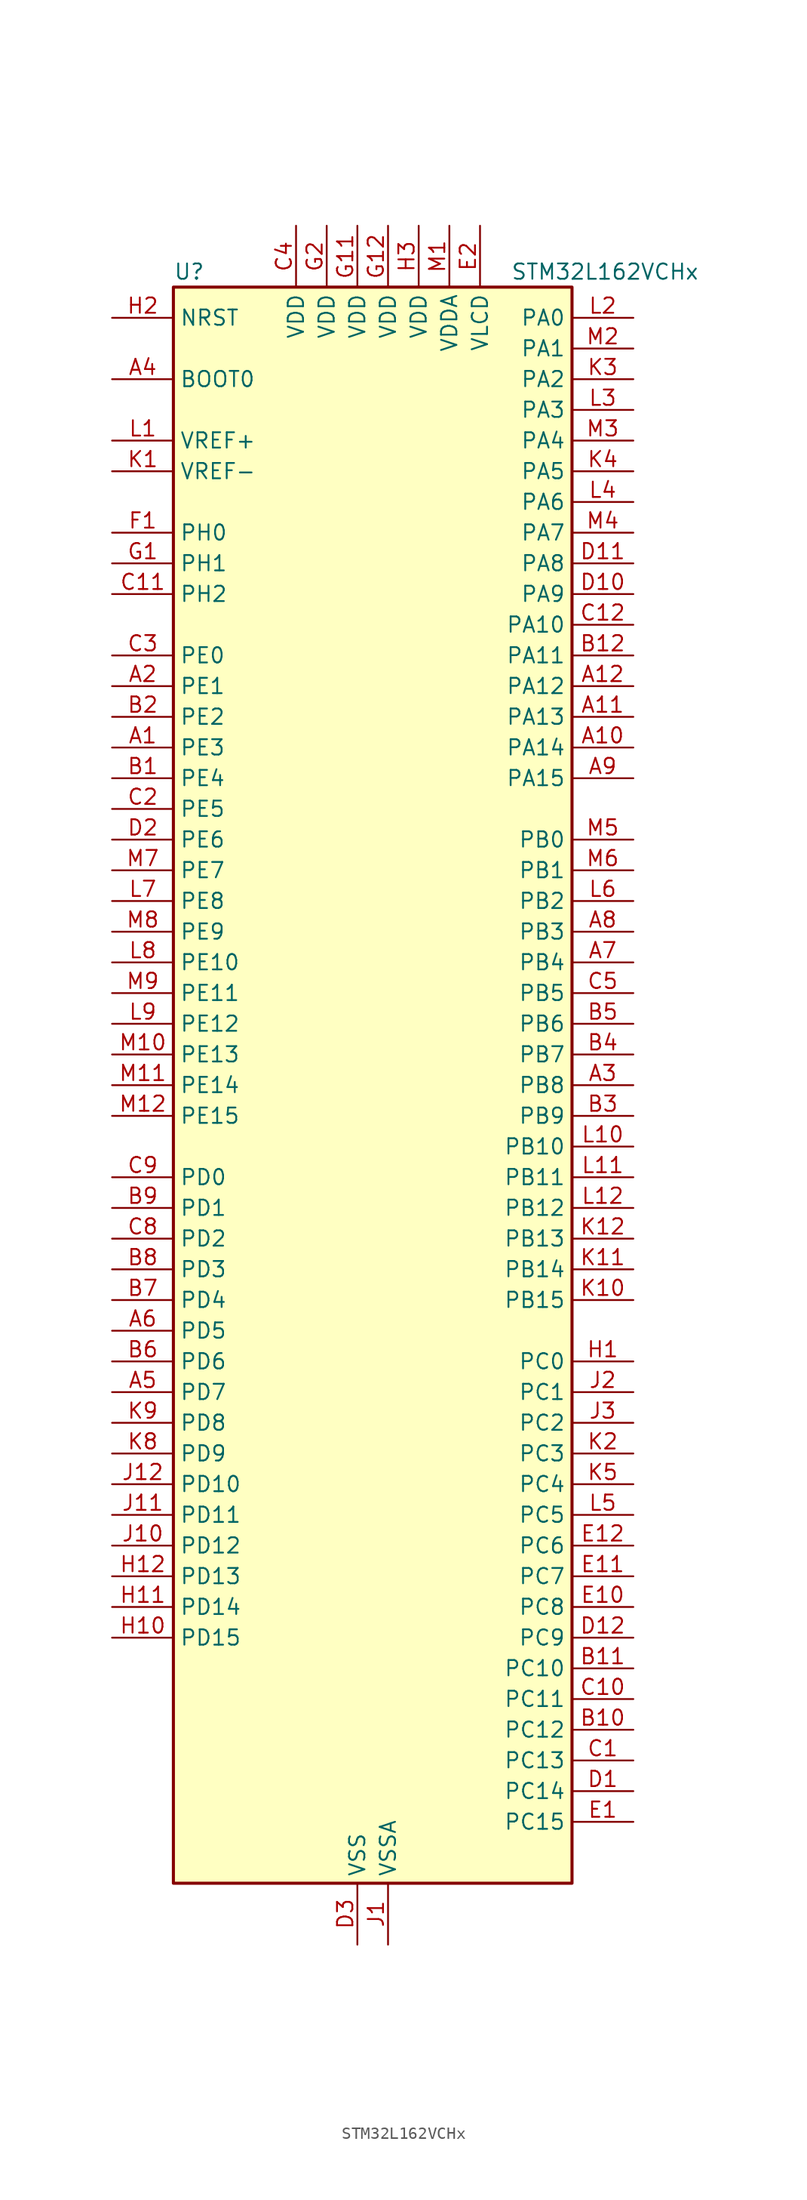
<source format=kicad_sym>
(kicad_symbol_lib
  (version 20231120)
  (generator "kicad_symbol_editor")
  (generator_version "8.0")
  (symbol "STM32L162VCHx"
    (property "Reference" "U"
      (at -15.24 67.31 0)
      (effects (font (size 1.27 1.27)) (justify left)))
    (property "Value" "STM32L162VCHx"
      (at 12.7 67.31 0)
      (effects (font (size 1.27 1.27)) (justify left)))
    (property "ki_locked" ""
      (at 0 0 0)
      (effects (font (size 1.27 1.27))))
    (symbol "STM32L162VCHx_0_1"
      (rectangle (start -15.24 -66.04) (end 17.78 66.04) (stroke (width 0.254) (type default)) (fill (type background))))
    (symbol "STM32L162VCHx_1_1"
      (pin bidirectional line (at -20.32 27.94 0) (length 5.08) (name "PE3" (effects (font (size 1.27 1.27)))) (number "A1" (effects (font (size 1.27 1.27)))) (alternate "LCD_SEG39" bidirectional line) (alternate "SYS_TRACED0" bidirectional line) (alternate "TIM3_CH1" bidirectional line) (alternate "TIMX_IC4" bidirectional line))
      (pin bidirectional line (at 22.86 27.94 180) (length 5.08) (name "PA14" (effects (font (size 1.27 1.27)))) (number "A10" (effects (font (size 1.27 1.27)))) (alternate "SYS_JTCK-SWCLK" bidirectional line) (alternate "TIMX_IC3" bidirectional line) (alternate "TS_G5_IO2" bidirectional line))
      (pin bidirectional line (at 22.86 30.48 180) (length 5.08) (name "PA13" (effects (font (size 1.27 1.27)))) (number "A11" (effects (font (size 1.27 1.27)))) (alternate "SYS_JTMS-SWDIO" bidirectional line) (alternate "TIMX_IC2" bidirectional line) (alternate "TS_G5_IO1" bidirectional line))
      (pin bidirectional line (at 22.86 33.02 180) (length 5.08) (name "PA12" (effects (font (size 1.27 1.27)))) (number "A12" (effects (font (size 1.27 1.27)))) (alternate "SPI1_MOSI" bidirectional line) (alternate "TIMX_IC1" bidirectional line) (alternate "USART1_RTS" bidirectional line) (alternate "USB_DP" bidirectional line))
      (pin bidirectional line (at -20.32 33.02 0) (length 5.08) (name "PE1" (effects (font (size 1.27 1.27)))) (number "A2" (effects (font (size 1.27 1.27)))) (alternate "LCD_SEG37" bidirectional line) (alternate "TIM11_CH1" bidirectional line) (alternate "TIMX_IC2" bidirectional line))
      (pin bidirectional line (at 22.86 0 180) (length 5.08) (name "PB8" (effects (font (size 1.27 1.27)))) (number "A3" (effects (font (size 1.27 1.27)))) (alternate "I2C1_SCL" bidirectional line) (alternate "LCD_SEG16" bidirectional line) (alternate "TIM10_CH1" bidirectional line) (alternate "TIM4_CH3" bidirectional line))
      (pin input line (at -20.32 58.42 0) (length 5.08) (name "BOOT0" (effects (font (size 1.27 1.27)))) (number "A4" (effects (font (size 1.27 1.27)))))
      (pin bidirectional line (at -20.32 -25.4 0) (length 5.08) (name "PD7" (effects (font (size 1.27 1.27)))) (number "A5" (effects (font (size 1.27 1.27)))) (alternate "TIM9_CH2" bidirectional line) (alternate "TIMX_IC4" bidirectional line) (alternate "USART2_CK" bidirectional line))
      (pin bidirectional line (at -20.32 -20.32 0) (length 5.08) (name "PD5" (effects (font (size 1.27 1.27)))) (number "A6" (effects (font (size 1.27 1.27)))) (alternate "TIMX_IC2" bidirectional line) (alternate "USART2_TX" bidirectional line))
      (pin bidirectional line (at 22.86 10.16 180) (length 5.08) (name "PB4" (effects (font (size 1.27 1.27)))) (number "A7" (effects (font (size 1.27 1.27)))) (alternate "COMP2_INP" bidirectional line) (alternate "LCD_SEG8" bidirectional line) (alternate "SPI1_MISO" bidirectional line) (alternate "SPI3_MISO" bidirectional line) (alternate "SYS_JTRST" bidirectional line) (alternate "TIM3_CH1" bidirectional line) (alternate "TS_G6_IO1" bidirectional line))
      (pin bidirectional line (at 22.86 12.7 180) (length 5.08) (name "PB3" (effects (font (size 1.27 1.27)))) (number "A8" (effects (font (size 1.27 1.27)))) (alternate "COMP2_INM" bidirectional line) (alternate "I2S3_CK" bidirectional line) (alternate "LCD_SEG7" bidirectional line) (alternate "SPI1_SCK" bidirectional line) (alternate "SPI3_SCK" bidirectional line) (alternate "SYS_JTDO-TRACESWO" bidirectional line) (alternate "TIM2_CH2" bidirectional line))
      (pin bidirectional line (at 22.86 25.4 180) (length 5.08) (name "PA15" (effects (font (size 1.27 1.27)))) (number "A9" (effects (font (size 1.27 1.27)))) (alternate "ADC_EXTI15" bidirectional line) (alternate "I2S3_WS" bidirectional line) (alternate "LCD_SEG17" bidirectional line) (alternate "SPI1_NSS" bidirectional line) (alternate "SPI3_NSS" bidirectional line) (alternate "SYS_JTDI" bidirectional line) (alternate "TIM2_CH1" bidirectional line) (alternate "TIM2_ETR" bidirectional line) (alternate "TIMX_IC4" bidirectional line) (alternate "TS_G5_IO3" bidirectional line))
      (pin bidirectional line (at -20.32 25.4 0) (length 5.08) (name "PE4" (effects (font (size 1.27 1.27)))) (number "B1" (effects (font (size 1.27 1.27)))) (alternate "SYS_TRACED1" bidirectional line) (alternate "TIM3_CH2" bidirectional line) (alternate "TIMX_IC1" bidirectional line))
      (pin bidirectional line (at 22.86 -53.34 180) (length 5.08) (name "PC12" (effects (font (size 1.27 1.27)))) (number "B10" (effects (font (size 1.27 1.27)))) (alternate "I2S3_SD" bidirectional line) (alternate "LCD_COM6" bidirectional line) (alternate "LCD_SEG30" bidirectional line) (alternate "LCD_SEG42" bidirectional line) (alternate "SPI3_MOSI" bidirectional line) (alternate "TIMX_IC1" bidirectional line) (alternate "USART3_CK" bidirectional line))
      (pin bidirectional line (at 22.86 -48.26 180) (length 5.08) (name "PC10" (effects (font (size 1.27 1.27)))) (number "B11" (effects (font (size 1.27 1.27)))) (alternate "I2S3_CK" bidirectional line) (alternate "LCD_COM4" bidirectional line) (alternate "LCD_SEG28" bidirectional line) (alternate "LCD_SEG40" bidirectional line) (alternate "SPI3_SCK" bidirectional line) (alternate "TIMX_IC3" bidirectional line) (alternate "USART3_TX" bidirectional line))
      (pin bidirectional line (at 22.86 35.56 180) (length 5.08) (name "PA11" (effects (font (size 1.27 1.27)))) (number "B12" (effects (font (size 1.27 1.27)))) (alternate "ADC_EXTI11" bidirectional line) (alternate "SPI1_MISO" bidirectional line) (alternate "TIMX_IC4" bidirectional line) (alternate "USART1_CTS" bidirectional line) (alternate "USB_DM" bidirectional line))
      (pin bidirectional line (at -20.32 30.48 0) (length 5.08) (name "PE2" (effects (font (size 1.27 1.27)))) (number "B2" (effects (font (size 1.27 1.27)))) (alternate "LCD_SEG38" bidirectional line) (alternate "SYS_TRACECK" bidirectional line) (alternate "TIM3_ETR" bidirectional line) (alternate "TIMX_IC3" bidirectional line))
      (pin bidirectional line (at 22.86 -2.54 180) (length 5.08) (name "PB9" (effects (font (size 1.27 1.27)))) (number "B3" (effects (font (size 1.27 1.27)))) (alternate "DAC_EXTI9" bidirectional line) (alternate "I2C1_SDA" bidirectional line) (alternate "LCD_COM3" bidirectional line) (alternate "TIM11_CH1" bidirectional line) (alternate "TIM4_CH4" bidirectional line))
      (pin bidirectional line (at 22.86 2.54 180) (length 5.08) (name "PB7" (effects (font (size 1.27 1.27)))) (number "B4" (effects (font (size 1.27 1.27)))) (alternate "COMP2_INP" bidirectional line) (alternate "I2C1_SDA" bidirectional line) (alternate "SYS_PVD_IN" bidirectional line) (alternate "TIM4_CH2" bidirectional line) (alternate "TS_G6_IO4" bidirectional line) (alternate "USART1_RX" bidirectional line))
      (pin bidirectional line (at 22.86 5.08 180) (length 5.08) (name "PB6" (effects (font (size 1.27 1.27)))) (number "B5" (effects (font (size 1.27 1.27)))) (alternate "COMP2_INP" bidirectional line) (alternate "I2C1_SCL" bidirectional line) (alternate "TIM4_CH1" bidirectional line) (alternate "TS_G6_IO3" bidirectional line) (alternate "USART1_TX" bidirectional line))
      (pin bidirectional line (at -20.32 -22.86 0) (length 5.08) (name "PD6" (effects (font (size 1.27 1.27)))) (number "B6" (effects (font (size 1.27 1.27)))) (alternate "TIMX_IC3" bidirectional line) (alternate "USART2_RX" bidirectional line))
      (pin bidirectional line (at -20.32 -17.78 0) (length 5.08) (name "PD4" (effects (font (size 1.27 1.27)))) (number "B7" (effects (font (size 1.27 1.27)))) (alternate "I2S2_SD" bidirectional line) (alternate "SPI2_MOSI" bidirectional line) (alternate "TIMX_IC1" bidirectional line) (alternate "USART2_RTS" bidirectional line))
      (pin bidirectional line (at -20.32 -15.24 0) (length 5.08) (name "PD3" (effects (font (size 1.27 1.27)))) (number "B8" (effects (font (size 1.27 1.27)))) (alternate "SPI2_MISO" bidirectional line) (alternate "TIMX_IC4" bidirectional line) (alternate "USART2_CTS" bidirectional line))
      (pin bidirectional line (at -20.32 -10.16 0) (length 5.08) (name "PD1" (effects (font (size 1.27 1.27)))) (number "B9" (effects (font (size 1.27 1.27)))) (alternate "I2S2_CK" bidirectional line) (alternate "SPI2_SCK" bidirectional line) (alternate "TIMX_IC2" bidirectional line))
      (pin bidirectional line (at 22.86 -55.88 180) (length 5.08) (name "PC13" (effects (font (size 1.27 1.27)))) (number "C1" (effects (font (size 1.27 1.27)))) (alternate "RTC_OUT_ALARM" bidirectional line) (alternate "RTC_OUT_CALIB" bidirectional line) (alternate "RTC_TAMP1" bidirectional line) (alternate "RTC_TS" bidirectional line) (alternate "SYS_WKUP2" bidirectional line) (alternate "TIMX_IC2" bidirectional line))
      (pin bidirectional line (at 22.86 -50.8 180) (length 5.08) (name "PC11" (effects (font (size 1.27 1.27)))) (number "C10" (effects (font (size 1.27 1.27)))) (alternate "ADC_EXTI11" bidirectional line) (alternate "LCD_COM5" bidirectional line) (alternate "LCD_SEG29" bidirectional line) (alternate "LCD_SEG41" bidirectional line) (alternate "SPI3_MISO" bidirectional line) (alternate "TIMX_IC4" bidirectional line) (alternate "USART3_RX" bidirectional line))
      (pin bidirectional line (at -20.32 40.64 0) (length 5.08) (name "PH2" (effects (font (size 1.27 1.27)))) (number "C11" (effects (font (size 1.27 1.27)))))
      (pin bidirectional line (at 22.86 38.1 180) (length 5.08) (name "PA10" (effects (font (size 1.27 1.27)))) (number "C12" (effects (font (size 1.27 1.27)))) (alternate "LCD_COM2" bidirectional line) (alternate "TIMX_IC3" bidirectional line) (alternate "TS_G4_IO3" bidirectional line) (alternate "USART1_RX" bidirectional line))
      (pin bidirectional line (at -20.32 22.86 0) (length 5.08) (name "PE5" (effects (font (size 1.27 1.27)))) (number "C2" (effects (font (size 1.27 1.27)))) (alternate "SYS_TRACED2" bidirectional line) (alternate "TIM9_CH1" bidirectional line) (alternate "TIMX_IC2" bidirectional line))
      (pin bidirectional line (at -20.32 35.56 0) (length 5.08) (name "PE0" (effects (font (size 1.27 1.27)))) (number "C3" (effects (font (size 1.27 1.27)))) (alternate "LCD_SEG36" bidirectional line) (alternate "TIM10_CH1" bidirectional line) (alternate "TIM4_ETR" bidirectional line) (alternate "TIMX_IC1" bidirectional line))
      (pin power_in line (at -5.08 71.12 270) (length 5.08) (name "VDD" (effects (font (size 1.27 1.27)))) (number "C4" (effects (font (size 1.27 1.27)))))
      (pin bidirectional line (at 22.86 7.62 180) (length 5.08) (name "PB5" (effects (font (size 1.27 1.27)))) (number "C5" (effects (font (size 1.27 1.27)))) (alternate "COMP2_INP" bidirectional line) (alternate "I2C1_SMBA" bidirectional line) (alternate "I2S3_SD" bidirectional line) (alternate "LCD_SEG9" bidirectional line) (alternate "SPI1_MOSI" bidirectional line) (alternate "SPI3_MOSI" bidirectional line) (alternate "TIM3_CH2" bidirectional line) (alternate "TS_G6_IO2" bidirectional line))
      (pin bidirectional line (at -20.32 -12.7 0) (length 5.08) (name "PD2" (effects (font (size 1.27 1.27)))) (number "C8" (effects (font (size 1.27 1.27)))) (alternate "LCD_COM7" bidirectional line) (alternate "LCD_SEG31" bidirectional line) (alternate "LCD_SEG43" bidirectional line) (alternate "TIM3_ETR" bidirectional line) (alternate "TIMX_IC3" bidirectional line))
      (pin bidirectional line (at -20.32 -7.62 0) (length 5.08) (name "PD0" (effects (font (size 1.27 1.27)))) (number "C9" (effects (font (size 1.27 1.27)))) (alternate "I2S2_WS" bidirectional line) (alternate "SPI2_NSS" bidirectional line) (alternate "TIM9_CH1" bidirectional line) (alternate "TIMX_IC1" bidirectional line))
      (pin bidirectional line (at 22.86 -58.42 180) (length 5.08) (name "PC14" (effects (font (size 1.27 1.27)))) (number "D1" (effects (font (size 1.27 1.27)))) (alternate "RCC_OSC32_IN" bidirectional line) (alternate "TIMX_IC3" bidirectional line))
      (pin bidirectional line (at 22.86 40.64 180) (length 5.08) (name "PA9" (effects (font (size 1.27 1.27)))) (number "D10" (effects (font (size 1.27 1.27)))) (alternate "DAC_EXTI9" bidirectional line) (alternate "LCD_COM1" bidirectional line) (alternate "TIMX_IC2" bidirectional line) (alternate "TS_G4_IO2" bidirectional line) (alternate "USART1_TX" bidirectional line))
      (pin bidirectional line (at 22.86 43.18 180) (length 5.08) (name "PA8" (effects (font (size 1.27 1.27)))) (number "D11" (effects (font (size 1.27 1.27)))) (alternate "LCD_COM0" bidirectional line) (alternate "RCC_MCO" bidirectional line) (alternate "TIMX_IC1" bidirectional line) (alternate "TS_G4_IO1" bidirectional line) (alternate "USART1_CK" bidirectional line))
      (pin bidirectional line (at 22.86 -45.72 180) (length 5.08) (name "PC9" (effects (font (size 1.27 1.27)))) (number "D12" (effects (font (size 1.27 1.27)))) (alternate "DAC_EXTI9" bidirectional line) (alternate "LCD_SEG27" bidirectional line) (alternate "TIM3_CH4" bidirectional line) (alternate "TIMX_IC2" bidirectional line) (alternate "TS_G10_IO4" bidirectional line))
      (pin bidirectional line (at -20.32 20.32 0) (length 5.08) (name "PE6" (effects (font (size 1.27 1.27)))) (number "D2" (effects (font (size 1.27 1.27)))) (alternate "RTC_TAMP3" bidirectional line) (alternate "SYS_TRACED3" bidirectional line) (alternate "SYS_WKUP3" bidirectional line) (alternate "TIM9_CH2" bidirectional line) (alternate "TIMX_IC3" bidirectional line))
      (pin power_in line (at 0 -71.12 90) (length 5.08) (name "VSS" (effects (font (size 1.27 1.27)))) (number "D3" (effects (font (size 1.27 1.27)))))
      (pin bidirectional line (at 22.86 -60.96 180) (length 5.08) (name "PC15" (effects (font (size 1.27 1.27)))) (number "E1" (effects (font (size 1.27 1.27)))) (alternate "ADC_EXTI15" bidirectional line) (alternate "RCC_OSC32_OUT" bidirectional line) (alternate "TIMX_IC4" bidirectional line))
      (pin bidirectional line (at 22.86 -43.18 180) (length 5.08) (name "PC8" (effects (font (size 1.27 1.27)))) (number "E10" (effects (font (size 1.27 1.27)))) (alternate "LCD_SEG26" bidirectional line) (alternate "TIM3_CH3" bidirectional line) (alternate "TIMX_IC1" bidirectional line) (alternate "TS_G10_IO3" bidirectional line))
      (pin bidirectional line (at 22.86 -40.64 180) (length 5.08) (name "PC7" (effects (font (size 1.27 1.27)))) (number "E11" (effects (font (size 1.27 1.27)))) (alternate "I2S3_MCK" bidirectional line) (alternate "LCD_SEG25" bidirectional line) (alternate "TIM3_CH2" bidirectional line) (alternate "TIMX_IC4" bidirectional line) (alternate "TS_G10_IO2" bidirectional line))
      (pin bidirectional line (at 22.86 -38.1 180) (length 5.08) (name "PC6" (effects (font (size 1.27 1.27)))) (number "E12" (effects (font (size 1.27 1.27)))) (alternate "I2S2_MCK" bidirectional line) (alternate "LCD_SEG24" bidirectional line) (alternate "TIM3_CH1" bidirectional line) (alternate "TIMX_IC3" bidirectional line) (alternate "TS_G10_IO1" bidirectional line))
      (pin power_in line (at 10.16 71.12 270) (length 5.08) (name "VLCD" (effects (font (size 1.27 1.27)))) (number "E2" (effects (font (size 1.27 1.27)))))
      (pin passive line (at 0 -71.12 90) (length 5.08) hide (name "VSS" (effects (font (size 1.27 1.27)))) (number "E3" (effects (font (size 1.27 1.27)))))
      (pin bidirectional line (at -20.32 45.72 0) (length 5.08) (name "PH0" (effects (font (size 1.27 1.27)))) (number "F1" (effects (font (size 1.27 1.27)))) (alternate "RCC_OSC_IN" bidirectional line))
      (pin passive line (at 0 -71.12 90) (length 5.08) hide (name "VSS" (effects (font (size 1.27 1.27)))) (number "F11" (effects (font (size 1.27 1.27)))))
      (pin passive line (at 0 -71.12 90) (length 5.08) hide (name "VSS" (effects (font (size 1.27 1.27)))) (number "F12" (effects (font (size 1.27 1.27)))))
      (pin passive line (at 0 -71.12 90) (length 5.08) hide (name "VSS" (effects (font (size 1.27 1.27)))) (number "F2" (effects (font (size 1.27 1.27)))))
      (pin bidirectional line (at -20.32 43.18 0) (length 5.08) (name "PH1" (effects (font (size 1.27 1.27)))) (number "G1" (effects (font (size 1.27 1.27)))) (alternate "RCC_OSC_OUT" bidirectional line))
      (pin power_in line (at 0 71.12 270) (length 5.08) (name "VDD" (effects (font (size 1.27 1.27)))) (number "G11" (effects (font (size 1.27 1.27)))))
      (pin power_in line (at 2.54 71.12 270) (length 5.08) (name "VDD" (effects (font (size 1.27 1.27)))) (number "G12" (effects (font (size 1.27 1.27)))))
      (pin power_in line (at -2.54 71.12 270) (length 5.08) (name "VDD" (effects (font (size 1.27 1.27)))) (number "G2" (effects (font (size 1.27 1.27)))))
      (pin bidirectional line (at 22.86 -22.86 180) (length 5.08) (name "PC0" (effects (font (size 1.27 1.27)))) (number "H1" (effects (font (size 1.27 1.27)))) (alternate "ADC_IN10" bidirectional line) (alternate "COMP1_INP" bidirectional line) (alternate "LCD_SEG18" bidirectional line) (alternate "TIMX_IC1" bidirectional line) (alternate "TS_G8_IO1" bidirectional line))
      (pin bidirectional line (at -20.32 -45.72 0) (length 5.08) (name "PD15" (effects (font (size 1.27 1.27)))) (number "H10" (effects (font (size 1.27 1.27)))) (alternate "ADC_EXTI15" bidirectional line) (alternate "LCD_SEG35" bidirectional line) (alternate "TIM4_CH4" bidirectional line) (alternate "TIMX_IC4" bidirectional line))
      (pin bidirectional line (at -20.32 -43.18 0) (length 5.08) (name "PD14" (effects (font (size 1.27 1.27)))) (number "H11" (effects (font (size 1.27 1.27)))) (alternate "LCD_SEG34" bidirectional line) (alternate "TIM4_CH3" bidirectional line) (alternate "TIMX_IC3" bidirectional line))
      (pin bidirectional line (at -20.32 -40.64 0) (length 5.08) (name "PD13" (effects (font (size 1.27 1.27)))) (number "H12" (effects (font (size 1.27 1.27)))) (alternate "LCD_SEG33" bidirectional line) (alternate "TIM4_CH2" bidirectional line) (alternate "TIMX_IC2" bidirectional line))
      (pin input line (at -20.32 63.5 0) (length 5.08) (name "NRST" (effects (font (size 1.27 1.27)))) (number "H2" (effects (font (size 1.27 1.27)))))
      (pin power_in line (at 5.08 71.12 270) (length 5.08) (name "VDD" (effects (font (size 1.27 1.27)))) (number "H3" (effects (font (size 1.27 1.27)))))
      (pin power_in line (at 2.54 -71.12 90) (length 5.08) (name "VSSA" (effects (font (size 1.27 1.27)))) (number "J1" (effects (font (size 1.27 1.27)))))
      (pin bidirectional line (at -20.32 -38.1 0) (length 5.08) (name "PD12" (effects (font (size 1.27 1.27)))) (number "J10" (effects (font (size 1.27 1.27)))) (alternate "LCD_SEG32" bidirectional line) (alternate "TIM4_CH1" bidirectional line) (alternate "TIMX_IC1" bidirectional line) (alternate "USART3_RTS" bidirectional line))
      (pin bidirectional line (at -20.32 -35.56 0) (length 5.08) (name "PD11" (effects (font (size 1.27 1.27)))) (number "J11" (effects (font (size 1.27 1.27)))) (alternate "ADC_EXTI11" bidirectional line) (alternate "LCD_SEG31" bidirectional line) (alternate "TIMX_IC4" bidirectional line) (alternate "USART3_CTS" bidirectional line))
      (pin bidirectional line (at -20.32 -33.02 0) (length 5.08) (name "PD10" (effects (font (size 1.27 1.27)))) (number "J12" (effects (font (size 1.27 1.27)))) (alternate "LCD_SEG30" bidirectional line) (alternate "TIMX_IC3" bidirectional line) (alternate "USART3_CK" bidirectional line))
      (pin bidirectional line (at 22.86 -25.4 180) (length 5.08) (name "PC1" (effects (font (size 1.27 1.27)))) (number "J2" (effects (font (size 1.27 1.27)))) (alternate "ADC_IN11" bidirectional line) (alternate "COMP1_INP" bidirectional line) (alternate "LCD_SEG19" bidirectional line) (alternate "TIMX_IC2" bidirectional line) (alternate "TS_G8_IO2" bidirectional line))
      (pin bidirectional line (at 22.86 -27.94 180) (length 5.08) (name "PC2" (effects (font (size 1.27 1.27)))) (number "J3" (effects (font (size 1.27 1.27)))) (alternate "ADC_IN12" bidirectional line) (alternate "COMP1_INP" bidirectional line) (alternate "LCD_SEG20" bidirectional line) (alternate "TIMX_IC3" bidirectional line) (alternate "TS_G8_IO3" bidirectional line))
      (pin input line (at -20.32 50.8 0) (length 5.08) (name "VREF-" (effects (font (size 1.27 1.27)))) (number "K1" (effects (font (size 1.27 1.27)))))
      (pin bidirectional line (at 22.86 -17.78 180) (length 5.08) (name "PB15" (effects (font (size 1.27 1.27)))) (number "K10" (effects (font (size 1.27 1.27)))) (alternate "ADC_EXTI15" bidirectional line) (alternate "ADC_IN21" bidirectional line) (alternate "COMP1_INP" bidirectional line) (alternate "I2S2_SD" bidirectional line) (alternate "LCD_SEG15" bidirectional line) (alternate "RTC_REFIN" bidirectional line) (alternate "SPI2_MOSI" bidirectional line) (alternate "TIM11_CH1" bidirectional line) (alternate "TS_G7_IO4" bidirectional line))
      (pin bidirectional line (at 22.86 -15.24 180) (length 5.08) (name "PB14" (effects (font (size 1.27 1.27)))) (number "K11" (effects (font (size 1.27 1.27)))) (alternate "ADC_IN20" bidirectional line) (alternate "COMP1_INP" bidirectional line) (alternate "LCD_SEG14" bidirectional line) (alternate "SPI2_MISO" bidirectional line) (alternate "TIM9_CH2" bidirectional line) (alternate "TS_G7_IO3" bidirectional line) (alternate "USART3_RTS" bidirectional line))
      (pin bidirectional line (at 22.86 -12.7 180) (length 5.08) (name "PB13" (effects (font (size 1.27 1.27)))) (number "K12" (effects (font (size 1.27 1.27)))) (alternate "ADC_IN19" bidirectional line) (alternate "COMP1_INP" bidirectional line) (alternate "I2S2_CK" bidirectional line) (alternate "LCD_SEG13" bidirectional line) (alternate "SPI2_SCK" bidirectional line) (alternate "TIM9_CH1" bidirectional line) (alternate "TS_G7_IO2" bidirectional line) (alternate "USART3_CTS" bidirectional line))
      (pin bidirectional line (at 22.86 -30.48 180) (length 5.08) (name "PC3" (effects (font (size 1.27 1.27)))) (number "K2" (effects (font (size 1.27 1.27)))) (alternate "ADC_IN13" bidirectional line) (alternate "COMP1_INP" bidirectional line) (alternate "LCD_SEG21" bidirectional line) (alternate "TIMX_IC4" bidirectional line) (alternate "TS_G8_IO4" bidirectional line))
      (pin bidirectional line (at 22.86 58.42 180) (length 5.08) (name "PA2" (effects (font (size 1.27 1.27)))) (number "K3" (effects (font (size 1.27 1.27)))) (alternate "ADC_IN2" bidirectional line) (alternate "COMP1_INP" bidirectional line) (alternate "LCD_SEG1" bidirectional line) (alternate "OPAMP1_VINM" bidirectional line) (alternate "TIM2_CH3" bidirectional line) (alternate "TIM5_CH3" bidirectional line) (alternate "TIM9_CH1" bidirectional line) (alternate "TIMX_IC3" bidirectional line) (alternate "TS_G1_IO3" bidirectional line) (alternate "USART2_TX" bidirectional line))
      (pin bidirectional line (at 22.86 50.8 180) (length 5.08) (name "PA5" (effects (font (size 1.27 1.27)))) (number "K4" (effects (font (size 1.27 1.27)))) (alternate "ADC_IN5" bidirectional line) (alternate "COMP1_INP" bidirectional line) (alternate "DAC_OUT2" bidirectional line) (alternate "SPI1_SCK" bidirectional line) (alternate "TIM2_CH1" bidirectional line) (alternate "TIM2_ETR" bidirectional line) (alternate "TIMX_IC2" bidirectional line))
      (pin bidirectional line (at 22.86 -33.02 180) (length 5.08) (name "PC4" (effects (font (size 1.27 1.27)))) (number "K5" (effects (font (size 1.27 1.27)))) (alternate "ADC_IN14" bidirectional line) (alternate "COMP1_INP" bidirectional line) (alternate "LCD_SEG22" bidirectional line) (alternate "TIMX_IC1" bidirectional line) (alternate "TS_G9_IO1" bidirectional line))
      (pin bidirectional line (at -20.32 -30.48 0) (length 5.08) (name "PD9" (effects (font (size 1.27 1.27)))) (number "K8" (effects (font (size 1.27 1.27)))) (alternate "DAC_EXTI9" bidirectional line) (alternate "LCD_SEG29" bidirectional line) (alternate "TIMX_IC2" bidirectional line) (alternate "USART3_RX" bidirectional line))
      (pin bidirectional line (at -20.32 -27.94 0) (length 5.08) (name "PD8" (effects (font (size 1.27 1.27)))) (number "K9" (effects (font (size 1.27 1.27)))) (alternate "LCD_SEG28" bidirectional line) (alternate "TIMX_IC1" bidirectional line) (alternate "USART3_TX" bidirectional line))
      (pin input line (at -20.32 53.34 0) (length 5.08) (name "VREF+" (effects (font (size 1.27 1.27)))) (number "L1" (effects (font (size 1.27 1.27)))))
      (pin bidirectional line (at 22.86 -5.08 180) (length 5.08) (name "PB10" (effects (font (size 1.27 1.27)))) (number "L10" (effects (font (size 1.27 1.27)))) (alternate "I2C2_SCL" bidirectional line) (alternate "LCD_SEG10" bidirectional line) (alternate "TIM2_CH3" bidirectional line) (alternate "USART3_TX" bidirectional line))
      (pin bidirectional line (at 22.86 -7.62 180) (length 5.08) (name "PB11" (effects (font (size 1.27 1.27)))) (number "L11" (effects (font (size 1.27 1.27)))) (alternate "ADC_EXTI11" bidirectional line) (alternate "I2C2_SDA" bidirectional line) (alternate "LCD_SEG11" bidirectional line) (alternate "TIM2_CH4" bidirectional line) (alternate "USART3_RX" bidirectional line))
      (pin bidirectional line (at 22.86 -10.16 180) (length 5.08) (name "PB12" (effects (font (size 1.27 1.27)))) (number "L12" (effects (font (size 1.27 1.27)))) (alternate "ADC_IN18" bidirectional line) (alternate "COMP1_INP" bidirectional line) (alternate "I2C2_SMBA" bidirectional line) (alternate "I2S2_WS" bidirectional line) (alternate "LCD_SEG12" bidirectional line) (alternate "SPI2_NSS" bidirectional line) (alternate "TIM10_CH1" bidirectional line) (alternate "TS_G7_IO1" bidirectional line) (alternate "USART3_CK" bidirectional line))
      (pin bidirectional line (at 22.86 63.5 180) (length 5.08) (name "PA0" (effects (font (size 1.27 1.27)))) (number "L2" (effects (font (size 1.27 1.27)))) (alternate "ADC_IN0" bidirectional line) (alternate "COMP1_INP" bidirectional line) (alternate "RTC_TAMP2" bidirectional line) (alternate "SYS_WKUP1" bidirectional line) (alternate "TIM2_CH1" bidirectional line) (alternate "TIM2_ETR" bidirectional line) (alternate "TIM5_CH1" bidirectional line) (alternate "TIMX_IC1" bidirectional line) (alternate "TS_G1_IO1" bidirectional line) (alternate "USART2_CTS" bidirectional line))
      (pin bidirectional line (at 22.86 55.88 180) (length 5.08) (name "PA3" (effects (font (size 1.27 1.27)))) (number "L3" (effects (font (size 1.27 1.27)))) (alternate "ADC_IN3" bidirectional line) (alternate "COMP1_INP" bidirectional line) (alternate "LCD_SEG2" bidirectional line) (alternate "OPAMP1_VOUT" bidirectional line) (alternate "TIM2_CH4" bidirectional line) (alternate "TIM5_CH4" bidirectional line) (alternate "TIM9_CH2" bidirectional line) (alternate "TIMX_IC4" bidirectional line) (alternate "TS_G1_IO4" bidirectional line) (alternate "USART2_RX" bidirectional line))
      (pin bidirectional line (at 22.86 48.26 180) (length 5.08) (name "PA6" (effects (font (size 1.27 1.27)))) (number "L4" (effects (font (size 1.27 1.27)))) (alternate "ADC_IN6" bidirectional line) (alternate "COMP1_INP" bidirectional line) (alternate "LCD_SEG3" bidirectional line) (alternate "OPAMP2_VINP" bidirectional line) (alternate "SPI1_MISO" bidirectional line) (alternate "TIM10_CH1" bidirectional line) (alternate "TIM3_CH1" bidirectional line) (alternate "TIMX_IC3" bidirectional line) (alternate "TS_G2_IO1" bidirectional line))
      (pin bidirectional line (at 22.86 -35.56 180) (length 5.08) (name "PC5" (effects (font (size 1.27 1.27)))) (number "L5" (effects (font (size 1.27 1.27)))) (alternate "ADC_IN15" bidirectional line) (alternate "COMP1_INP" bidirectional line) (alternate "LCD_SEG23" bidirectional line) (alternate "TIMX_IC2" bidirectional line) (alternate "TS_G9_IO2" bidirectional line))
      (pin bidirectional line (at 22.86 15.24 180) (length 5.08) (name "PB2" (effects (font (size 1.27 1.27)))) (number "L6" (effects (font (size 1.27 1.27)))) (alternate "TS_G3_IO3" bidirectional line))
      (pin bidirectional line (at -20.32 15.24 0) (length 5.08) (name "PE8" (effects (font (size 1.27 1.27)))) (number "L7" (effects (font (size 1.27 1.27)))) (alternate "ADC_IN23" bidirectional line) (alternate "COMP1_INP" bidirectional line) (alternate "TIMX_IC1" bidirectional line))
      (pin bidirectional line (at -20.32 10.16 0) (length 5.08) (name "PE10" (effects (font (size 1.27 1.27)))) (number "L8" (effects (font (size 1.27 1.27)))) (alternate "ADC_IN25" bidirectional line) (alternate "COMP1_INP" bidirectional line) (alternate "TIM2_CH2" bidirectional line) (alternate "TIMX_IC3" bidirectional line))
      (pin bidirectional line (at -20.32 5.08 0) (length 5.08) (name "PE12" (effects (font (size 1.27 1.27)))) (number "L9" (effects (font (size 1.27 1.27)))) (alternate "SPI1_NSS" bidirectional line) (alternate "TIM2_CH4" bidirectional line) (alternate "TIMX_IC1" bidirectional line))
      (pin power_in line (at 7.62 71.12 270) (length 5.08) (name "VDDA" (effects (font (size 1.27 1.27)))) (number "M1" (effects (font (size 1.27 1.27)))))
      (pin bidirectional line (at -20.32 2.54 0) (length 5.08) (name "PE13" (effects (font (size 1.27 1.27)))) (number "M10" (effects (font (size 1.27 1.27)))) (alternate "SPI1_SCK" bidirectional line) (alternate "TIMX_IC2" bidirectional line))
      (pin bidirectional line (at -20.32 0 0) (length 5.08) (name "PE14" (effects (font (size 1.27 1.27)))) (number "M11" (effects (font (size 1.27 1.27)))) (alternate "SPI1_MISO" bidirectional line) (alternate "TIMX_IC3" bidirectional line))
      (pin bidirectional line (at -20.32 -2.54 0) (length 5.08) (name "PE15" (effects (font (size 1.27 1.27)))) (number "M12" (effects (font (size 1.27 1.27)))) (alternate "ADC_EXTI15" bidirectional line) (alternate "SPI1_MOSI" bidirectional line) (alternate "TIMX_IC4" bidirectional line))
      (pin bidirectional line (at 22.86 60.96 180) (length 5.08) (name "PA1" (effects (font (size 1.27 1.27)))) (number "M2" (effects (font (size 1.27 1.27)))) (alternate "ADC_IN1" bidirectional line) (alternate "COMP1_INP" bidirectional line) (alternate "LCD_SEG0" bidirectional line) (alternate "OPAMP1_VINP" bidirectional line) (alternate "TIM2_CH2" bidirectional line) (alternate "TIM5_CH2" bidirectional line) (alternate "TIMX_IC2" bidirectional line) (alternate "TS_G1_IO2" bidirectional line) (alternate "USART2_RTS" bidirectional line))
      (pin bidirectional line (at 22.86 53.34 180) (length 5.08) (name "PA4" (effects (font (size 1.27 1.27)))) (number "M3" (effects (font (size 1.27 1.27)))) (alternate "ADC_IN4" bidirectional line) (alternate "COMP1_INP" bidirectional line) (alternate "DAC_OUT1" bidirectional line) (alternate "I2S3_WS" bidirectional line) (alternate "SPI1_NSS" bidirectional line) (alternate "SPI3_NSS" bidirectional line) (alternate "TIMX_IC1" bidirectional line) (alternate "USART2_CK" bidirectional line))
      (pin bidirectional line (at 22.86 45.72 180) (length 5.08) (name "PA7" (effects (font (size 1.27 1.27)))) (number "M4" (effects (font (size 1.27 1.27)))) (alternate "ADC_IN7" bidirectional line) (alternate "COMP1_INP" bidirectional line) (alternate "LCD_SEG4" bidirectional line) (alternate "OPAMP2_VINM" bidirectional line) (alternate "SPI1_MOSI" bidirectional line) (alternate "TIM11_CH1" bidirectional line) (alternate "TIM3_CH2" bidirectional line) (alternate "TIMX_IC4" bidirectional line) (alternate "TS_G2_IO2" bidirectional line))
      (pin bidirectional line (at 22.86 20.32 180) (length 5.08) (name "PB0" (effects (font (size 1.27 1.27)))) (number "M5" (effects (font (size 1.27 1.27)))) (alternate "ADC_IN8" bidirectional line) (alternate "COMP1_INP" bidirectional line) (alternate "LCD_SEG5" bidirectional line) (alternate "OPAMP2_VOUT" bidirectional line) (alternate "SYS_V_REF_OUT" bidirectional line) (alternate "TIM3_CH3" bidirectional line) (alternate "TS_G3_IO1" bidirectional line))
      (pin bidirectional line (at 22.86 17.78 180) (length 5.08) (name "PB1" (effects (font (size 1.27 1.27)))) (number "M6" (effects (font (size 1.27 1.27)))) (alternate "ADC_IN9" bidirectional line) (alternate "COMP1_INP" bidirectional line) (alternate "LCD_SEG6" bidirectional line) (alternate "SYS_V_REF_OUT" bidirectional line) (alternate "TIM3_CH4" bidirectional line) (alternate "TS_G3_IO2" bidirectional line))
      (pin bidirectional line (at -20.32 17.78 0) (length 5.08) (name "PE7" (effects (font (size 1.27 1.27)))) (number "M7" (effects (font (size 1.27 1.27)))) (alternate "ADC_IN22" bidirectional line) (alternate "COMP1_INP" bidirectional line) (alternate "TIMX_IC4" bidirectional line))
      (pin bidirectional line (at -20.32 12.7 0) (length 5.08) (name "PE9" (effects (font (size 1.27 1.27)))) (number "M8" (effects (font (size 1.27 1.27)))) (alternate "ADC_IN24" bidirectional line) (alternate "COMP1_INP" bidirectional line) (alternate "DAC_EXTI9" bidirectional line) (alternate "TIM2_CH1" bidirectional line) (alternate "TIM2_ETR" bidirectional line) (alternate "TIM5_ETR" bidirectional line) (alternate "TIMX_IC2" bidirectional line))
      (pin bidirectional line (at -20.32 7.62 0) (length 5.08) (name "PE11" (effects (font (size 1.27 1.27)))) (number "M9" (effects (font (size 1.27 1.27)))) (alternate "ADC_EXTI11" bidirectional line) (alternate "TIM2_CH3" bidirectional line) (alternate "TIMX_IC4" bidirectional line)))))
</source>
